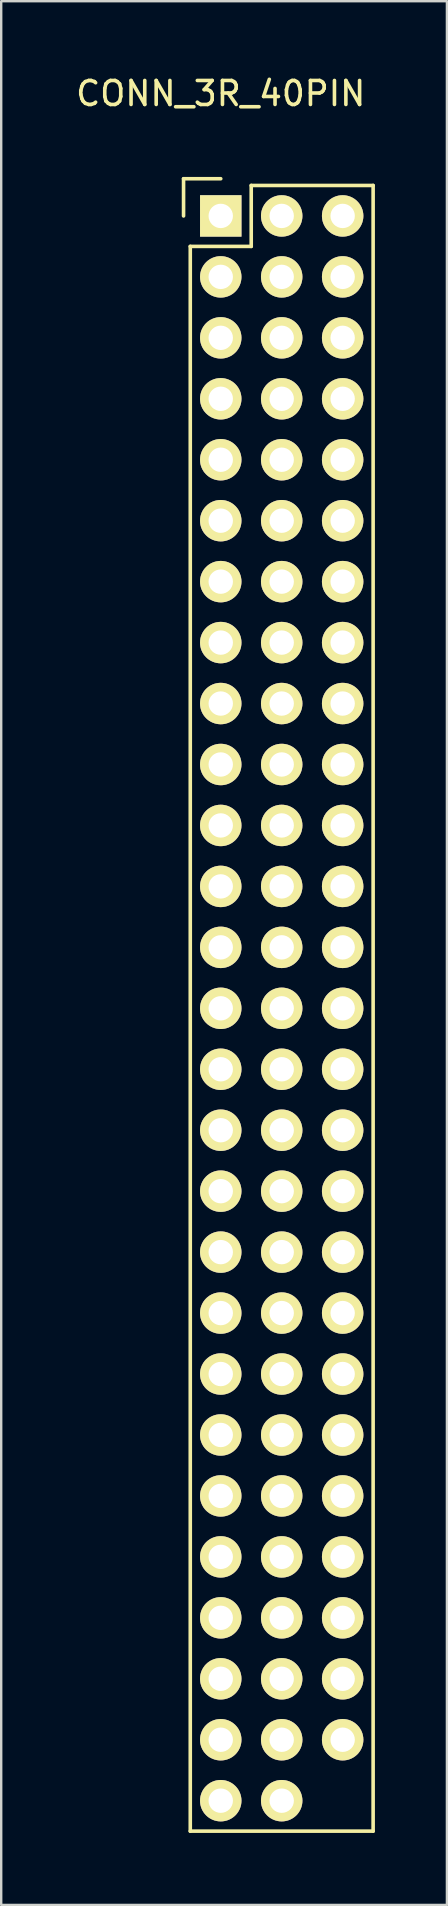
<source format=kicad_pcb>
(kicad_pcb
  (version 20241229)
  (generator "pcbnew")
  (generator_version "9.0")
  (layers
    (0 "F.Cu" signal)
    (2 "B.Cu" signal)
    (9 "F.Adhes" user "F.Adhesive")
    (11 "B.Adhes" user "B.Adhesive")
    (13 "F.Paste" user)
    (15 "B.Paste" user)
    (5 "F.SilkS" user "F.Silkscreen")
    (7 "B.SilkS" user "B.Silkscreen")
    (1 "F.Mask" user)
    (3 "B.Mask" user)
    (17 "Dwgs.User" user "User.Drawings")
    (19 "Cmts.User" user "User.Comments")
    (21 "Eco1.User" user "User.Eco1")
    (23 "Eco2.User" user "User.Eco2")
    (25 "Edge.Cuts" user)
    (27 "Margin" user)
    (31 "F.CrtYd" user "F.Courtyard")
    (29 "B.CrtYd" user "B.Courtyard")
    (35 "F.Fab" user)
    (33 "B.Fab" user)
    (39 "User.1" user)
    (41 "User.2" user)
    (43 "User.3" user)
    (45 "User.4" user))
  (footprint "CONN_3R_40PIN"
    (layer "F.Cu")
    (at 6.149 5.948)
    (property "Reference" "CONN_3R_40PIN" (at 0 -5.1 0) (layer "F.SilkS") (effects (font (size 1 1) (thickness 0.15))))
    (attr through_hole)
    (fp_line (start -1.55 -1.55) (end -1.55 0) (stroke (width 0.15) (type solid)) (layer "F.SilkS"))
    (fp_line (start -1.27 67.31) (end -1.27 1.27) (stroke (width 0.15) (type solid)) (layer "F.SilkS"))
    (fp_line (start 0 -1.55) (end -1.55 -1.55) (stroke (width 0.15) (type solid)) (layer "F.SilkS"))
    (fp_line (start 1.27 -1.27) (end 1.27 1.27) (stroke (width 0.15) (type solid)) (layer "F.SilkS"))
    (fp_line (start 1.27 -1.27) (end 6.35 -1.27) (stroke (width 0.15) (type solid)) (layer "F.SilkS"))
    (fp_line (start 1.27 1.27) (end -1.27 1.27) (stroke (width 0.15) (type solid)) (layer "F.SilkS"))
    (fp_line (start 6.35 -1.27) (end 6.35 67.31) (stroke (width 0.15) (type solid)) (layer "F.SilkS"))
    (fp_line (start 6.35 67.31) (end -1.27 67.31) (stroke (width 0.15) (type solid)) (layer "F.SilkS"))
    (pad "1" thru_hole rect (at 0 0) (size 1.727 1.727) (drill 1.016) (layers "*.Cu" "*.Mask" "F.SilkS"))
    (pad "2" thru_hole oval (at 2.54 0) (size 1.727 1.727) (drill 1.016) (layers "*.Cu" "*.Mask" "F.SilkS"))
    (pad "3" thru_hole oval (at 5.08 0) (size 1.727 1.727) (drill 1.016) (layers "*.Cu" "*.Mask" "F.SilkS"))
    (pad "4" thru_hole oval (at 0 2.54) (size 1.727 1.727) (drill 1.016) (layers "*.Cu" "*.Mask" "F.SilkS"))
    (pad "5" thru_hole oval (at 2.54 2.54) (size 1.727 1.727) (drill 1.016) (layers "*.Cu" "*.Mask" "F.SilkS"))
    (pad "6" thru_hole oval (at 5.08 2.54) (size 1.727 1.727) (drill 1.016) (layers "*.Cu" "*.Mask" "F.SilkS"))
    (pad "7" thru_hole oval (at 0 5.08) (size 1.727 1.727) (drill 1.016) (layers "*.Cu" "*.Mask" "F.SilkS"))
    (pad "8" thru_hole oval (at 2.54 5.08) (size 1.727 1.727) (drill 1.016) (layers "*.Cu" "*.Mask" "F.SilkS"))
    (pad "9" thru_hole oval (at 5.08 5.08) (size 1.727 1.727) (drill 1.016) (layers "*.Cu" "*.Mask" "F.SilkS"))
    (pad "10" thru_hole oval (at 0 7.62) (size 1.727 1.727) (drill 1.016) (layers "*.Cu" "*.Mask" "F.SilkS"))
    (pad "11" thru_hole oval (at 2.54 7.62) (size 1.727 1.727) (drill 1.016) (layers "*.Cu" "*.Mask" "F.SilkS"))
    (pad "12" thru_hole oval (at 5.08 7.62) (size 1.727 1.727) (drill 1.016) (layers "*.Cu" "*.Mask" "F.SilkS"))
    (pad "13" thru_hole oval (at 0 10.16) (size 1.727 1.727) (drill 1.016) (layers "*.Cu" "*.Mask" "F.SilkS"))
    (pad "14" thru_hole oval (at 2.54 10.16) (size 1.727 1.727) (drill 1.016) (layers "*.Cu" "*.Mask" "F.SilkS"))
    (pad "15" thru_hole oval (at 5.08 10.16) (size 1.727 1.727) (drill 1.016) (layers "*.Cu" "*.Mask" "F.SilkS"))
    (pad "16" thru_hole oval (at 0 12.7) (size 1.727 1.727) (drill 1.016) (layers "*.Cu" "*.Mask" "F.SilkS"))
    (pad "17" thru_hole oval (at 2.54 12.7) (size 1.727 1.727) (drill 1.016) (layers "*.Cu" "*.Mask" "F.SilkS"))
    (pad "18" thru_hole oval (at 5.08 12.7) (size 1.727 1.727) (drill 1.016) (layers "*.Cu" "*.Mask" "F.SilkS"))
    (pad "19" thru_hole oval (at 0 15.24) (size 1.727 1.727) (drill 1.016) (layers "*.Cu" "*.Mask" "F.SilkS"))
    (pad "20" thru_hole oval (at 2.54 15.24) (size 1.727 1.727) (drill 1.016) (layers "*.Cu" "*.Mask" "F.SilkS"))
    (pad "21" thru_hole oval (at 5.08 15.24) (size 1.727 1.727) (drill 1.016) (layers "*.Cu" "*.Mask" "F.SilkS"))
    (pad "22" thru_hole oval (at 0 17.78) (size 1.727 1.727) (drill 1.016) (layers "*.Cu" "*.Mask" "F.SilkS"))
    (pad "23" thru_hole oval (at 2.54 17.78) (size 1.727 1.727) (drill 1.016) (layers "*.Cu" "*.Mask" "F.SilkS"))
    (pad "24" thru_hole oval (at 5.08 17.78) (size 1.727 1.727) (drill 1.016) (layers "*.Cu" "*.Mask" "F.SilkS"))
    (pad "25" thru_hole oval (at 0 20.32) (size 1.727 1.727) (drill 1.016) (layers "*.Cu" "*.Mask" "F.SilkS"))
    (pad "26" thru_hole oval (at 2.54 20.32) (size 1.727 1.727) (drill 1.016) (layers "*.Cu" "*.Mask" "F.SilkS"))
    (pad "27" thru_hole oval (at 5.08 20.32) (size 1.727 1.727) (drill 1.016) (layers "*.Cu" "*.Mask" "F.SilkS"))
    (pad "28" thru_hole oval (at 0 22.86) (size 1.727 1.727) (drill 1.016) (layers "*.Cu" "*.Mask" "F.SilkS"))
    (pad "29" thru_hole oval (at 2.54 22.86) (size 1.727 1.727) (drill 1.016) (layers "*.Cu" "*.Mask" "F.SilkS"))
    (pad "30" thru_hole oval (at 5.08 22.86) (size 1.727 1.727) (drill 1.016) (layers "*.Cu" "*.Mask" "F.SilkS"))
    (pad "31" thru_hole oval (at 0 25.4) (size 1.727 1.727) (drill 1.016) (layers "*.Cu" "*.Mask" "F.SilkS"))
    (pad "32" thru_hole oval (at 2.54 25.4) (size 1.727 1.727) (drill 1.016) (layers "*.Cu" "*.Mask" "F.SilkS"))
    (pad "33" thru_hole oval (at 5.08 25.4) (size 1.727 1.727) (drill 1.016) (layers "*.Cu" "*.Mask" "F.SilkS"))
    (pad "34" thru_hole oval (at 0 27.94) (size 1.727 1.727) (drill 1.016) (layers "*.Cu" "*.Mask" "F.SilkS"))
    (pad "35" thru_hole oval (at 2.54 27.94) (size 1.727 1.727) (drill 1.016) (layers "*.Cu" "*.Mask" "F.SilkS"))
    (pad "36" thru_hole oval (at 5.08 27.94) (size 1.727 1.727) (drill 1.016) (layers "*.Cu" "*.Mask" "F.SilkS"))
    (pad "37" thru_hole oval (at 0 30.48) (size 1.727 1.727) (drill 1.016) (layers "*.Cu" "*.Mask" "F.SilkS"))
    (pad "38" thru_hole oval (at 2.54 30.48) (size 1.727 1.727) (drill 1.016) (layers "*.Cu" "*.Mask" "F.SilkS"))
    (pad "39" thru_hole oval (at 5.08 30.48) (size 1.727 1.727) (drill 1.016) (layers "*.Cu" "*.Mask" "F.SilkS"))
    (pad "40" thru_hole oval (at 0 33.02) (size 1.727 1.727) (drill 1.016) (layers "*.Cu" "*.Mask" "F.SilkS"))
    (pad "41" thru_hole oval (at 2.54 33.02) (size 1.727 1.727) (drill 1.016) (layers "*.Cu" "*.Mask" "F.SilkS"))
    (pad "42" thru_hole oval (at 5.08 33.02) (size 1.727 1.727) (drill 1.016) (layers "*.Cu" "*.Mask" "F.SilkS"))
    (pad "43" thru_hole oval (at 0 35.56) (size 1.727 1.727) (drill 1.016) (layers "*.Cu" "*.Mask" "F.SilkS"))
    (pad "44" thru_hole oval (at 2.54 35.56) (size 1.727 1.727) (drill 1.016) (layers "*.Cu" "*.Mask" "F.SilkS"))
    (pad "45" thru_hole oval (at 5.08 35.56) (size 1.727 1.727) (drill 1.016) (layers "*.Cu" "*.Mask" "F.SilkS"))
    (pad "46" thru_hole oval (at 0 38.1) (size 1.727 1.727) (drill 1.016) (layers "*.Cu" "*.Mask" "F.SilkS"))
    (pad "47" thru_hole oval (at 2.54 38.1) (size 1.727 1.727) (drill 1.016) (layers "*.Cu" "*.Mask" "F.SilkS"))
    (pad "48" thru_hole oval (at 5.08 38.1) (size 1.727 1.727) (drill 1.016) (layers "*.Cu" "*.Mask" "F.SilkS"))
    (pad "49" thru_hole oval (at 0 40.64) (size 1.727 1.727) (drill 1.016) (layers "*.Cu" "*.Mask" "F.SilkS"))
    (pad "50" thru_hole oval (at 2.54 40.64) (size 1.727 1.727) (drill 1.016) (layers "*.Cu" "*.Mask" "F.SilkS"))
    (pad "51" thru_hole oval (at 5.08 40.64) (size 1.727 1.727) (drill 1.016) (layers "*.Cu" "*.Mask" "F.SilkS"))
    (pad "52" thru_hole oval (at 0 43.18) (size 1.727 1.727) (drill 1.016) (layers "*.Cu" "*.Mask" "F.SilkS"))
    (pad "53" thru_hole oval (at 2.54 43.18) (size 1.727 1.727) (drill 1.016) (layers "*.Cu" "*.Mask" "F.SilkS"))
    (pad "54" thru_hole oval (at 5.08 43.18) (size 1.727 1.727) (drill 1.016) (layers "*.Cu" "*.Mask" "F.SilkS"))
    (pad "55" thru_hole oval (at 0 45.72) (size 1.727 1.727) (drill 1.016) (layers "*.Cu" "*.Mask" "F.SilkS"))
    (pad "56" thru_hole oval (at 2.54 45.72) (size 1.727 1.727) (drill 1.016) (layers "*.Cu" "*.Mask" "F.SilkS"))
    (pad "57" thru_hole oval (at 5.08 45.72) (size 1.727 1.727) (drill 1.016) (layers "*.Cu" "*.Mask" "F.SilkS"))
    (pad "58" thru_hole oval (at 0 48.26) (size 1.727 1.727) (drill 1.016) (layers "*.Cu" "*.Mask" "F.SilkS"))
    (pad "59" thru_hole oval (at 2.54 48.26) (size 1.727 1.727) (drill 1.016) (layers "*.Cu" "*.Mask" "F.SilkS"))
    (pad "60" thru_hole oval (at 5.08 48.26) (size 1.727 1.727) (drill 1.016) (layers "*.Cu" "*.Mask" "F.SilkS"))
    (pad "61" thru_hole oval (at 0 50.8) (size 1.727 1.727) (drill 1.016) (layers "*.Cu" "*.Mask" "F.SilkS"))
    (pad "62" thru_hole oval (at 2.54 50.8) (size 1.727 1.727) (drill 1.016) (layers "*.Cu" "*.Mask" "F.SilkS"))
    (pad "63" thru_hole oval (at 5.08 50.8) (size 1.727 1.727) (drill 1.016) (layers "*.Cu" "*.Mask" "F.SilkS"))
    (pad "64" thru_hole oval (at 0 53.34) (size 1.727 1.727) (drill 1.016) (layers "*.Cu" "*.Mask" "F.SilkS"))
    (pad "65" thru_hole oval (at 2.54 53.34) (size 1.727 1.727) (drill 1.016) (layers "*.Cu" "*.Mask" "F.SilkS"))
    (pad "66" thru_hole oval (at 5.08 53.34) (size 1.727 1.727) (drill 1.016) (layers "*.Cu" "*.Mask" "F.SilkS"))
    (pad "67" thru_hole oval (at 0 55.88) (size 1.727 1.727) (drill 1.016) (layers "*.Cu" "*.Mask" "F.SilkS"))
    (pad "68" thru_hole oval (at 2.54 55.88) (size 1.727 1.727) (drill 1.016) (layers "*.Cu" "*.Mask" "F.SilkS"))
    (pad "69" thru_hole oval (at 5.08 55.88) (size 1.727 1.727) (drill 1.016) (layers "*.Cu" "*.Mask" "F.SilkS"))
    (pad "70" thru_hole oval (at 0 58.42) (size 1.727 1.727) (drill 1.016) (layers "*.Cu" "*.Mask" "F.SilkS"))
    (pad "71" thru_hole oval (at 2.54 58.42) (size 1.727 1.727) (drill 1.016) (layers "*.Cu" "*.Mask" "F.SilkS"))
    (pad "72" thru_hole oval (at 5.08 58.42) (size 1.727 1.727) (drill 1.016) (layers "*.Cu" "*.Mask" "F.SilkS"))
    (pad "73" thru_hole oval (at 0 60.96) (size 1.727 1.727) (drill 1.016) (layers "*.Cu" "*.Mask" "F.SilkS"))
    (pad "74" thru_hole oval (at 2.54 60.96) (size 1.727 1.727) (drill 1.016) (layers "*.Cu" "*.Mask" "F.SilkS"))
    (pad "75" thru_hole oval (at 5.08 60.96) (size 1.727 1.727) (drill 1.016) (layers "*.Cu" "*.Mask" "F.SilkS"))
    (pad "76" thru_hole oval (at 0 63.5) (size 1.727 1.727) (drill 1.016) (layers "*.Cu" "*.Mask" "F.SilkS"))
    (pad "77" thru_hole oval (at 2.54 63.5) (size 1.727 1.727) (drill 1.016) (layers "*.Cu" "*.Mask" "F.SilkS"))
    (pad "78" thru_hole oval (at 5.08 63.5) (size 1.727 1.727) (drill 1.016) (layers "*.Cu" "*.Mask" "F.SilkS"))
    (pad "79" thru_hole oval (at 0 66.04) (size 1.727 1.727) (drill 1.016) (layers "*.Cu" "*.Mask" "F.SilkS"))
    (pad "80" thru_hole oval (at 2.54 66.04) (size 1.727 1.727) (drill 1.016) (layers "*.Cu" "*.Mask" "F.SilkS")))
  (gr_rect
    (start -3 -3)
    (end 15.574 76.333)
    (stroke (width 0.1) (type default))
    (fill no)
    (layer "Edge.Cuts")))
</source>
